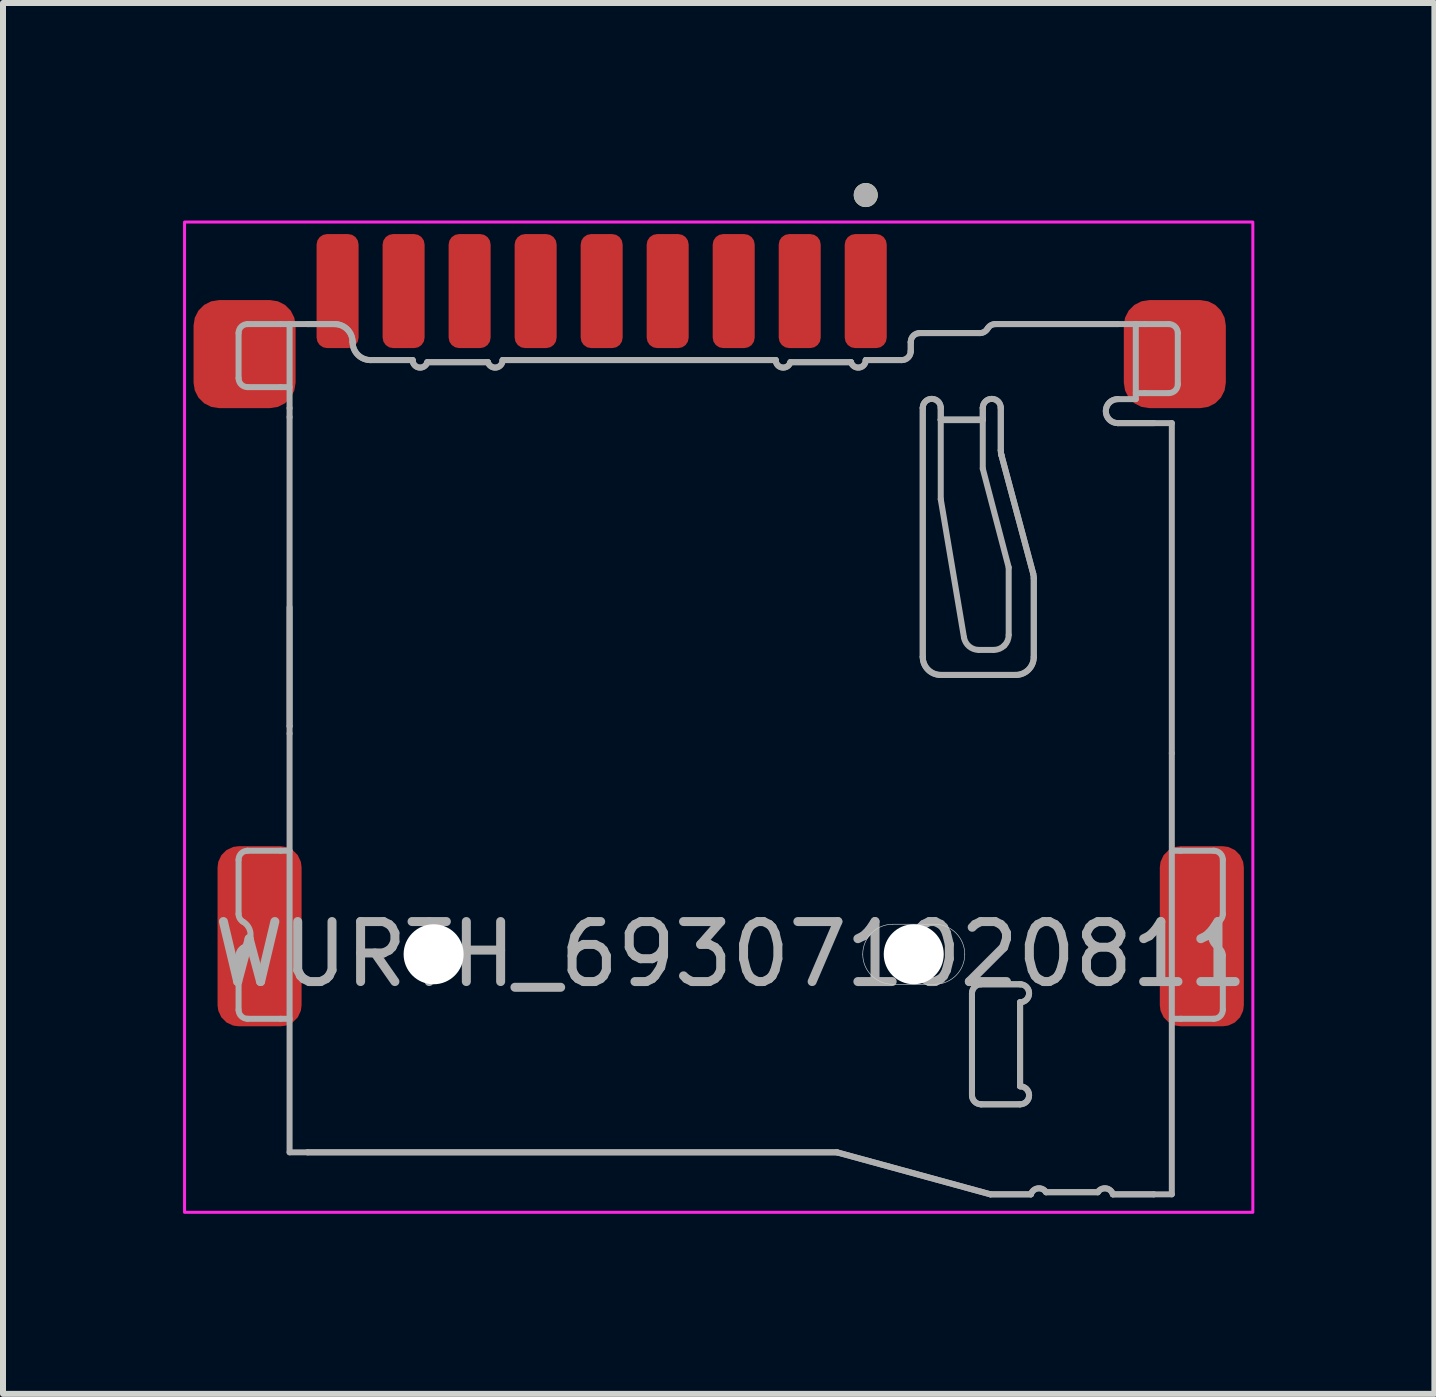
<source format=kicad_pcb>
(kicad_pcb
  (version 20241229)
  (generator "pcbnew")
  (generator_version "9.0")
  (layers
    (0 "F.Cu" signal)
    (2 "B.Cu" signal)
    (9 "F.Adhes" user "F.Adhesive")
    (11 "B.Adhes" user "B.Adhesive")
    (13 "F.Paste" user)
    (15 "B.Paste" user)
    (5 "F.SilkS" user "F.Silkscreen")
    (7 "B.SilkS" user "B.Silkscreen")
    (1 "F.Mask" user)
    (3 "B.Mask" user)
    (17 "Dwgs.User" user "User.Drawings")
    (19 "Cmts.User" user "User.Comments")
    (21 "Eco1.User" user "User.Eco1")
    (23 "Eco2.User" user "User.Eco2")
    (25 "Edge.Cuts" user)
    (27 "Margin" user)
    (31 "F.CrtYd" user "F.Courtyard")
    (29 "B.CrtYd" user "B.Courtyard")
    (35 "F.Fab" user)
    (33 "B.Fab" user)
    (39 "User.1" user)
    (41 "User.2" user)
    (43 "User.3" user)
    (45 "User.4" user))
  (footprint "WURTH_693071020811"
    (layer "F.Cu")
    (at 9.125 12.85)
    (property "Reference" "WURTH_693071020811" (at 0 0 0) (layer "F.Fab") (effects (font (size 1 1) (thickness 0.15))))
    (attr smd)
    (fp_circle (center 2.25 -12.65) (end 2.35 -12.65) (stroke (width 0.2) (type solid)) (fill no) (layer "F.SilkS"))
    (fp_line (start 2.7 -0.5) (end 3.4 -0.5) (stroke (width 0.01) (type solid)) (layer "Edge.Cuts"))
    (fp_line (start 3.4 0.5) (end 2.7 0.5) (stroke (width 0.01) (type solid)) (layer "Edge.Cuts"))
    (fp_arc (start 2.2 0) (mid 2.346447 -0.353553) (end 2.7 -0.5) (stroke (width 0.01) (type solid)) (layer "Edge.Cuts"))
    (fp_arc (start 2.7 0.5) (mid 2.346447 0.353553) (end 2.2 0) (stroke (width 0.01) (type solid)) (layer "Edge.Cuts"))
    (fp_arc (start 3.4 -0.5) (mid 3.753553 -0.353553) (end 3.9 0) (stroke (width 0.01) (type solid)) (layer "Edge.Cuts"))
    (fp_arc (start 3.9 0) (mid 3.753553 0.353553) (end 3.4 0.5) (stroke (width 0.01) (type solid)) (layer "Edge.Cuts"))
    (fp_rect (start -9.1 -12.2) (end 8.7 4.3) (stroke (width 0.05) (type default)) (fill no) (layer "F.CrtYd"))
    (fp_line (start -8.2 -9.6) (end -8.2 -10.35) (stroke (width 0.1) (type solid)) (layer "F.Fab"))
    (fp_line (start -8.2 -0.671) (end -8.2 -1.575) (stroke (width 0.1) (type solid)) (layer "F.Fab"))
    (fp_line (start -8.2 0.925) (end -8.2 0.021) (stroke (width 0.1) (type solid)) (layer "F.Fab"))
    (fp_line (start -8.05 -10.5) (end -7.5 -10.5) (stroke (width 0.1) (type solid)) (layer "F.Fab"))
    (fp_line (start -8.05 -1.725) (end -7.5 -1.725) (stroke (width 0.1) (type solid)) (layer "F.Fab"))
    (fp_line (start -7.5 -9.45) (end -8.05 -9.45) (stroke (width 0.1) (type solid)) (layer "F.Fab"))
    (fp_line (start -7.5 -9.45) (end -7.35 -9.45) (stroke (width 0.1) (type solid)) (layer "F.Fab"))
    (fp_line (start -7.5 1.075) (end -8.05 1.075) (stroke (width 0.1) (type solid)) (layer "F.Fab"))
    (fp_line (start -7.5 1.075) (end -7.35 1.075) (stroke (width 0.1) (type solid)) (layer "F.Fab"))
    (fp_line (start -7.35 -10.5) (end -7.5 -10.5) (stroke (width 0.1) (type solid)) (layer "F.Fab"))
    (fp_line (start -7.35 -10.5) (end -7.35 -9.1) (stroke (width 0.1) (type solid)) (layer "F.Fab"))
    (fp_line (start -7.35 -9.1) (end -7.35 -8.95) (stroke (width 0.1) (type solid)) (layer "F.Fab"))
    (fp_line (start -7.35 -8.95) (end -7.35 -3.8) (stroke (width 0.1) (type solid)) (layer "F.Fab"))
    (fp_line (start -7.35 -5.782) (end -7.35 -3.8) (stroke (width 0.1) (type solid)) (layer "F.Fab"))
    (fp_line (start -7.35 -3.8) (end -7.35 -3.678) (stroke (width 0.1) (type solid)) (layer "F.Fab"))
    (fp_line (start -7.35 -3.678) (end -7.35 3.3) (stroke (width 0.1) (type solid)) (layer "F.Fab"))
    (fp_line (start -7.35 -1.725) (end -7.5 -1.725) (stroke (width 0.1) (type solid)) (layer "F.Fab"))
    (fp_line (start -7.35 3.3) (end -7.05 3.3) (stroke (width 0.1) (type solid)) (layer "F.Fab"))
    (fp_line (start -7.05 -10.5) (end -7.35 -10.5) (stroke (width 0.1) (type solid)) (layer "F.Fab"))
    (fp_line (start -7.05 3.3) (end 1.77 3.3) (stroke (width 0.1) (type solid)) (layer "F.Fab"))
    (fp_line (start -7.05 3.3) (end 1.77 3.3) (stroke (width 0.1) (type solid)) (layer "F.Fab"))
    (fp_line (start -6.6 -10.5) (end -7.05 -10.5) (stroke (width 0.1) (type solid)) (layer "F.Fab"))
    (fp_line (start -6.6 -10.5) (end -7.05 -10.5) (stroke (width 0.1) (type solid)) (layer "F.Fab"))
    (fp_line (start -5.3 -9.9) (end -6 -9.9) (stroke (width 0.1) (type solid)) (layer "F.Fab"))
    (fp_line (start -5.3 -9.9) (end -6 -9.9) (stroke (width 0.1) (type solid)) (layer "F.Fab"))
    (fp_line (start -4.045 -9.865) (end -5.055 -9.865) (stroke (width 0.1) (type solid)) (layer "F.Fab"))
    (fp_line (start -4.045 -9.865) (end -5.055 -9.865) (stroke (width 0.1) (type solid)) (layer "F.Fab"))
    (fp_line (start 0.75 -9.9) (end -3.8 -9.9) (stroke (width 0.1) (type solid)) (layer "F.Fab"))
    (fp_line (start 0.75 -9.9) (end -3.8 -9.9) (stroke (width 0.1) (type solid)) (layer "F.Fab"))
    (fp_line (start 1.77 3.3) (end 4.327 4) (stroke (width 0.1) (type solid)) (layer "F.Fab"))
    (fp_line (start 1.77 3.3) (end 4.327 4) (stroke (width 0.1) (type solid)) (layer "F.Fab"))
    (fp_line (start 2.005 -9.865) (end 0.995 -9.865) (stroke (width 0.1) (type solid)) (layer "F.Fab"))
    (fp_line (start 2.005 -9.865) (end 0.995 -9.865) (stroke (width 0.1) (type solid)) (layer "F.Fab"))
    (fp_line (start 2.85 -9.9) (end 2.25 -9.9) (stroke (width 0.1) (type solid)) (layer "F.Fab"))
    (fp_line (start 2.85 -9.9) (end 2.25 -9.9) (stroke (width 0.1) (type solid)) (layer "F.Fab"))
    (fp_line (start 3 -10.2) (end 3 -10.05) (stroke (width 0.1) (type solid)) (layer "F.Fab"))
    (fp_line (start 3 -10.2) (end 3 -10.05) (stroke (width 0.1) (type solid)) (layer "F.Fab"))
    (fp_line (start 3.2 -4.954) (end 3.2 -9.104) (stroke (width 0.1) (type solid)) (layer "F.Fab"))
    (fp_line (start 3.2 -4.954) (end 3.2 -9.104) (stroke (width 0.1) (type solid)) (layer "F.Fab"))
    (fp_line (start 3.5 -9.104) (end 3.5 -8.908) (stroke (width 0.1) (type solid)) (layer "F.Fab"))
    (fp_line (start 3.5 -9.104) (end 3.5 -8.908) (stroke (width 0.1) (type solid)) (layer "F.Fab"))
    (fp_line (start 3.5 -8.908) (end 4.2 -8.908) (stroke (width 0.1) (type solid)) (layer "F.Fab"))
    (fp_line (start 3.5 -8.908) (end 4.2 -8.908) (stroke (width 0.1) (type solid)) (layer "F.Fab"))
    (fp_line (start 3.5 -8.9) (end 3.5 -7.582) (stroke (width 0.1) (type solid)) (layer "F.Fab"))
    (fp_line (start 3.5 -7.582) (end 3.887 -5.279) (stroke (width 0.1) (type solid)) (layer "F.Fab"))
    (fp_line (start 4.02 2.348) (end 4.02 0.652) (stroke (width 0.1) (type solid)) (layer "F.Fab"))
    (fp_line (start 4.02 2.348) (end 4.02 0.652) (stroke (width 0.1) (type solid)) (layer "F.Fab"))
    (fp_line (start 4.134 -5.071) (end 4.382 -5.071) (stroke (width 0.1) (type solid)) (layer "F.Fab"))
    (fp_line (start 4.15 -10.35) (end 3.15 -10.35) (stroke (width 0.1) (type solid)) (layer "F.Fab"))
    (fp_line (start 4.15 -10.35) (end 3.15 -10.35) (stroke (width 0.1) (type solid)) (layer "F.Fab"))
    (fp_line (start 4.172 0.5) (end 4.822 0.5) (stroke (width 0.1) (type solid)) (layer "F.Fab"))
    (fp_line (start 4.172 0.5) (end 4.822 0.5) (stroke (width 0.1) (type solid)) (layer "F.Fab"))
    (fp_line (start 4.2 -8.908) (end 4.2 -9.104) (stroke (width 0.1) (type solid)) (layer "F.Fab"))
    (fp_line (start 4.2 -8.908) (end 4.2 -9.104) (stroke (width 0.1) (type solid)) (layer "F.Fab"))
    (fp_line (start 4.2 -8.9) (end 3.5 -8.9) (stroke (width 0.1) (type solid)) (layer "F.Fab"))
    (fp_line (start 4.2 -8.092) (end 4.2 -8.9) (stroke (width 0.1) (type solid)) (layer "F.Fab"))
    (fp_line (start 4.327 4) (end 5.002 4) (stroke (width 0.1) (type solid)) (layer "F.Fab"))
    (fp_line (start 4.327 4) (end 5.002 4) (stroke (width 0.1) (type solid)) (layer "F.Fab"))
    (fp_line (start 4.5 -9.104) (end 4.5 -8.397) (stroke (width 0.1) (type solid)) (layer "F.Fab"))
    (fp_line (start 4.5 -9.104) (end 4.5 -8.397) (stroke (width 0.1) (type solid)) (layer "F.Fab"))
    (fp_line (start 4.51 -8.319) (end 5.04 -6.343) (stroke (width 0.1) (type solid)) (layer "F.Fab"))
    (fp_line (start 4.51 -8.319) (end 5.04 -6.343) (stroke (width 0.1) (type solid)) (layer "F.Fab"))
    (fp_line (start 4.632 -6.445) (end 4.2 -8.092) (stroke (width 0.1) (type solid)) (layer "F.Fab"))
    (fp_line (start 4.632 -5.321) (end 4.632 -6.445) (stroke (width 0.1) (type solid)) (layer "F.Fab"))
    (fp_line (start 4.75 -4.654) (end 3.5 -4.654) (stroke (width 0.1) (type solid)) (layer "F.Fab"))
    (fp_line (start 4.75 -4.654) (end 3.5 -4.654) (stroke (width 0.1) (type solid)) (layer "F.Fab"))
    (fp_line (start 4.822 0.8) (end 4.822 2.2) (stroke (width 0.1) (type solid)) (layer "F.Fab"))
    (fp_line (start 4.822 0.8) (end 4.822 2.2) (stroke (width 0.1) (type solid)) (layer "F.Fab"))
    (fp_line (start 4.822 2.5) (end 4.172 2.5) (stroke (width 0.1) (type solid)) (layer "F.Fab"))
    (fp_line (start 4.822 2.5) (end 4.172 2.5) (stroke (width 0.1) (type solid)) (layer "F.Fab"))
    (fp_line (start 5.05 -6.264) (end 5.05 -4.954) (stroke (width 0.1) (type solid)) (layer "F.Fab"))
    (fp_line (start 5.05 -6.264) (end 5.05 -4.954) (stroke (width 0.1) (type solid)) (layer "F.Fab"))
    (fp_line (start 5.255 3.965) (end 6.116 3.965) (stroke (width 0.1) (type solid)) (layer "F.Fab"))
    (fp_line (start 5.255 3.965) (end 6.116 3.965) (stroke (width 0.1) (type solid)) (layer "F.Fab"))
    (fp_line (start 6.368 4) (end 7.05 4) (stroke (width 0.1) (type solid)) (layer "F.Fab"))
    (fp_line (start 6.368 4) (end 7.05 4) (stroke (width 0.1) (type solid)) (layer "F.Fab"))
    (fp_line (start 6.45 -10.5) (end 4.41 -10.5) (stroke (width 0.1) (type solid)) (layer "F.Fab"))
    (fp_line (start 6.45 -10.5) (end 4.41 -10.5) (stroke (width 0.1) (type solid)) (layer "F.Fab"))
    (fp_line (start 6.45 -9.25) (end 6.75 -9.25) (stroke (width 0.1) (type solid)) (layer "F.Fab"))
    (fp_line (start 6.75 -10.5) (end 6.45 -10.5) (stroke (width 0.1) (type solid)) (layer "F.Fab"))
    (fp_line (start 6.75 -10.5) (end 6.75 -9.25) (stroke (width 0.1) (type solid)) (layer "F.Fab"))
    (fp_line (start 6.75 -9.35) (end 6.9 -9.35) (stroke (width 0.1) (type solid)) (layer "F.Fab"))
    (fp_line (start 6.9 -10.5) (end 6.75 -10.5) (stroke (width 0.1) (type solid)) (layer "F.Fab"))
    (fp_line (start 6.9 -10.5) (end 7.3 -10.5) (stroke (width 0.1) (type solid)) (layer "F.Fab"))
    (fp_line (start 7.05 -8.85) (end 6.45 -8.85) (stroke (width 0.1) (type solid)) (layer "F.Fab"))
    (fp_line (start 7.05 -8.85) (end 6.45 -8.85) (stroke (width 0.1) (type solid)) (layer "F.Fab"))
    (fp_line (start 7.05 4) (end 7.35 4) (stroke (width 0.1) (type solid)) (layer "F.Fab"))
    (fp_line (start 7.3 -9.35) (end 6.9 -9.35) (stroke (width 0.1) (type solid)) (layer "F.Fab"))
    (fp_line (start 7.35 -8.85) (end 7.05 -8.85) (stroke (width 0.1) (type solid)) (layer "F.Fab"))
    (fp_line (start 7.35 -8.85) (end 7.35 -3.35) (stroke (width 0.1) (type solid)) (layer "F.Fab"))
    (fp_line (start 7.35 -3.35) (end 7.35 4) (stroke (width 0.1) (type solid)) (layer "F.Fab"))
    (fp_line (start 7.35 1.075) (end 7.5 1.075) (stroke (width 0.1) (type solid)) (layer "F.Fab"))
    (fp_line (start 7.45 -10.35) (end 7.45 -9.5) (stroke (width 0.1) (type solid)) (layer "F.Fab"))
    (fp_line (start 7.5 -1.725) (end 7.35 -1.725) (stroke (width 0.1) (type solid)) (layer "F.Fab"))
    (fp_line (start 7.5 -1.725) (end 8.05 -1.725) (stroke (width 0.1) (type solid)) (layer "F.Fab"))
    (fp_line (start 8.05 1.075) (end 7.5 1.075) (stroke (width 0.1) (type solid)) (layer "F.Fab"))
    (fp_line (start 8.2 -1.575) (end 8.2 -0.671) (stroke (width 0.1) (type solid)) (layer "F.Fab"))
    (fp_line (start 8.2 0.021) (end 8.2 0.925) (stroke (width 0.1) (type solid)) (layer "F.Fab"))
    (fp_arc (start -8.2 -10.35) (mid -8.156066 -10.456066) (end -8.05 -10.5) (stroke (width 0.1) (type solid)) (layer "F.Fab"))
    (fp_arc (start -8.2 -1.575) (mid -8.156066 -1.681066) (end -8.05 -1.725) (stroke (width 0.1) (type solid)) (layer "F.Fab"))
    (fp_arc (start -8.2 0.0215) (mid -8.179895 -0.053551) (end -8.124964 -0.1085) (stroke (width 0.1) (type solid)) (layer "F.Fab"))
    (fp_arc (start -8.124964 -0.5415) (mid -8.179895 -0.596449) (end -8.2 -0.6715) (stroke (width 0.1) (type solid)) (layer "F.Fab"))
    (fp_arc (start -8.124964 -0.5415) (mid -8 -0.325) (end -8.124964 -0.1085) (stroke (width 0.1) (type solid)) (layer "F.Fab"))
    (fp_arc (start -8.05 -9.45) (mid -8.156066 -9.493934) (end -8.2 -9.6) (stroke (width 0.1) (type solid)) (layer "F.Fab"))
    (fp_arc (start -8.05 1.075) (mid -8.156066 1.031066) (end -8.2 0.925) (stroke (width 0.1) (type solid)) (layer "F.Fab"))
    (fp_arc (start -6.6 -10.5) (mid -6.387868 -10.412132) (end -6.3 -10.2) (stroke (width 0.1) (type solid)) (layer "F.Fab"))
    (fp_arc (start -6.6 -10.5) (mid -6.387868 -10.412132) (end -6.3 -10.2) (stroke (width 0.1) (type solid)) (layer "F.Fab"))
    (fp_arc (start -6 -9.9) (mid -6.212132 -9.987868) (end -6.3 -10.2) (stroke (width 0.1) (type solid)) (layer "F.Fab"))
    (fp_arc (start -6 -9.9) (mid -6.212132 -9.987868) (end -6.3 -10.2) (stroke (width 0.1) (type solid)) (layer "F.Fab"))
    (fp_arc (start -5.055 -9.865) (mid -5.192678 -9.776256) (end -5.3 -9.9) (stroke (width 0.1) (type solid)) (layer "F.Fab"))
    (fp_arc (start -5.055 -9.865) (mid -5.192678 -9.776256) (end -5.3 -9.9) (stroke (width 0.1) (type solid)) (layer "F.Fab"))
    (fp_arc (start -3.8 -9.9) (mid -3.907322 -9.776256) (end -4.045 -9.865) (stroke (width 0.1) (type solid)) (layer "F.Fab"))
    (fp_arc (start -3.8 -9.9) (mid -3.907322 -9.776256) (end -4.045 -9.865) (stroke (width 0.1) (type solid)) (layer "F.Fab"))
    (fp_arc (start 0.995 -9.865) (mid 0.857322 -9.776256) (end 0.75 -9.9) (stroke (width 0.1) (type solid)) (layer "F.Fab"))
    (fp_arc (start 0.995 -9.865) (mid 0.857322 -9.776256) (end 0.75 -9.9) (stroke (width 0.1) (type solid)) (layer "F.Fab"))
    (fp_arc (start 2.25 -9.9) (mid 2.142678 -9.776256) (end 2.005 -9.865) (stroke (width 0.1) (type solid)) (layer "F.Fab"))
    (fp_arc (start 2.25 -9.9) (mid 2.142678 -9.776256) (end 2.005 -9.865) (stroke (width 0.1) (type solid)) (layer "F.Fab"))
    (fp_arc (start 3 -10.2) (mid 3.043934 -10.306066) (end 3.15 -10.35) (stroke (width 0.1) (type solid)) (layer "F.Fab"))
    (fp_arc (start 3 -10.2) (mid 3.043934 -10.306066) (end 3.15 -10.35) (stroke (width 0.1) (type solid)) (layer "F.Fab"))
    (fp_arc (start 3 -10.05) (mid 2.956066 -9.943934) (end 2.85 -9.9) (stroke (width 0.1) (type solid)) (layer "F.Fab"))
    (fp_arc (start 3 -10.05) (mid 2.956066 -9.943934) (end 2.85 -9.9) (stroke (width 0.1) (type solid)) (layer "F.Fab"))
    (fp_arc (start 3.2 -9.104) (mid 3.35 -9.254) (end 3.5 -9.104) (stroke (width 0.1) (type solid)) (layer "F.Fab"))
    (fp_arc (start 3.2 -9.104) (mid 3.35 -9.254) (end 3.5 -9.104) (stroke (width 0.1) (type solid)) (layer "F.Fab"))
    (fp_arc (start 3.5 -4.654) (mid 3.287868 -4.741868) (end 3.2 -4.954) (stroke (width 0.1) (type solid)) (layer "F.Fab"))
    (fp_arc (start 3.5 -4.654) (mid 3.287868 -4.741868) (end 3.2 -4.954) (stroke (width 0.1) (type solid)) (layer "F.Fab"))
    (fp_arc (start 4.02 0.652) (mid 4.06452 0.54452) (end 4.172 0.5) (stroke (width 0.1) (type solid)) (layer "F.Fab"))
    (fp_arc (start 4.02 0.652) (mid 4.06452 0.54452) (end 4.172 0.5) (stroke (width 0.1) (type solid)) (layer "F.Fab"))
    (fp_arc (start 4.172 2.5) (mid 4.06452 2.45548) (end 4.02 2.348) (stroke (width 0.1) (type solid)) (layer "F.Fab"))
    (fp_arc (start 4.172 2.5) (mid 4.06452 2.45548) (end 4.02 2.348) (stroke (width 0.1) (type solid)) (layer "F.Fab"))
    (fp_arc (start 4.2 -9.104) (mid 4.35 -9.254) (end 4.5 -9.104) (stroke (width 0.1) (type solid)) (layer "F.Fab"))
    (fp_arc (start 4.2 -9.104) (mid 4.35 -9.254) (end 4.5 -9.104) (stroke (width 0.1) (type solid)) (layer "F.Fab"))
    (fp_arc (start 4.28 -10.425) (mid 4.225037 -10.370106) (end 4.15 -10.35) (stroke (width 0.1) (type solid)) (layer "F.Fab"))
    (fp_arc (start 4.28 -10.425) (mid 4.225037 -10.370106) (end 4.15 -10.35) (stroke (width 0.1) (type solid)) (layer "F.Fab"))
    (fp_arc (start 4.28 -10.425) (mid 4.334963 -10.479894) (end 4.41 -10.5) (stroke (width 0.1) (type solid)) (layer "F.Fab"))
    (fp_arc (start 4.28 -10.425) (mid 4.334963 -10.479894) (end 4.41 -10.5) (stroke (width 0.1) (type solid)) (layer "F.Fab"))
    (fp_arc (start 4.510332 -8.3185) (mid 4.502595 -8.357412) (end 4.5 -8.397) (stroke (width 0.1) (type solid)) (layer "F.Fab"))
    (fp_arc (start 4.510332 -8.3185) (mid 4.502595 -8.357412) (end 4.5 -8.397) (stroke (width 0.1) (type solid)) (layer "F.Fab"))
    (fp_arc (start 4.822 0.5) (mid 4.972 0.65) (end 4.822 0.8) (stroke (width 0.1) (type solid)) (layer "F.Fab"))
    (fp_arc (start 4.822 0.5) (mid 4.972 0.65) (end 4.822 0.8) (stroke (width 0.1) (type solid)) (layer "F.Fab"))
    (fp_arc (start 4.822 2.2) (mid 4.972 2.35) (end 4.822 2.5) (stroke (width 0.1) (type solid)) (layer "F.Fab"))
    (fp_arc (start 4.822 2.2) (mid 4.972 2.35) (end 4.822 2.5) (stroke (width 0.1) (type solid)) (layer "F.Fab"))
    (fp_arc (start 5.002328 4) (mid 5.117265 3.90132) (end 5.254708 3.965) (stroke (width 0.1) (type solid)) (layer "F.Fab"))
    (fp_arc (start 5.002328 4) (mid 5.117265 3.90132) (end 5.254708 3.965) (stroke (width 0.1) (type solid)) (layer "F.Fab"))
    (fp_arc (start 5.039668 -6.3425) (mid 5.047405 -6.303588) (end 5.05 -6.264) (stroke (width 0.1) (type solid)) (layer "F.Fab"))
    (fp_arc (start 5.039668 -6.3425) (mid 5.047405 -6.303588) (end 5.05 -6.264) (stroke (width 0.1) (type solid)) (layer "F.Fab"))
    (fp_arc (start 5.05 -4.954) (mid 4.962132 -4.741868) (end 4.75 -4.654) (stroke (width 0.1) (type solid)) (layer "F.Fab"))
    (fp_arc (start 5.05 -4.954) (mid 4.962132 -4.741868) (end 4.75 -4.654) (stroke (width 0.1) (type solid)) (layer "F.Fab"))
    (fp_arc (start 6.115948 3.965) (mid 6.253421 3.901295) (end 6.368328 4.000001) (stroke (width 0.1) (type solid)) (layer "F.Fab"))
    (fp_arc (start 6.115948 3.965) (mid 6.253421 3.901295) (end 6.368328 4.000001) (stroke (width 0.1) (type solid)) (layer "F.Fab"))
    (fp_arc (start 6.45 -8.85) (mid 6.25 -9.05) (end 6.45 -9.25) (stroke (width 0.1) (type solid)) (layer "F.Fab"))
    (fp_arc (start 6.45 -8.85) (mid 6.25 -9.05) (end 6.45 -9.25) (stroke (width 0.1) (type solid)) (layer "F.Fab"))
    (fp_arc (start 7.3 -10.5) (mid 7.406066 -10.456066) (end 7.45 -10.35) (stroke (width 0.1) (type solid)) (layer "F.Fab"))
    (fp_arc (start 7.45 -9.5) (mid 7.406066 -9.393934) (end 7.3 -9.35) (stroke (width 0.1) (type solid)) (layer "F.Fab"))
    (fp_arc (start 8.05 -1.725) (mid 8.156066 -1.681066) (end 8.2 -1.575) (stroke (width 0.1) (type solid)) (layer "F.Fab"))
    (fp_arc (start 8.124964 -0.1085) (mid 7.999987 -0.325) (end 8.124964 -0.5415) (stroke (width 0.1) (type solid)) (layer "F.Fab"))
    (fp_arc (start 8.124964 -0.1085) (mid 8.179905 -0.053554) (end 8.2 0.0215) (stroke (width 0.1) (type solid)) (layer "F.Fab"))
    (fp_arc (start 8.2 -0.6715) (mid 8.179892 -0.596453) (end 8.124964 -0.5415) (stroke (width 0.1) (type solid)) (layer "F.Fab"))
    (fp_arc (start 8.2 0.925) (mid 8.156066 1.031066) (end 8.05 1.075) (stroke (width 0.1) (type solid)) (layer "F.Fab"))
    (fp_circle (center 2.25 -12.65) (end 2.35 -12.65) (stroke (width 0.2) (type solid)) (fill no) (layer "F.Fab"))
    (fp_curve (pts (xy 3.887 -5.279) (xy 3.908 -5.159) (xy 4.012 -5.071) (xy 4.134 -5.071)) (stroke (width 0.1) (type solid)) (layer "F.Fab"))
    (fp_curve (pts (xy 4.382 -5.071) (xy 4.448 -5.071) (xy 4.512 -5.097) (xy 4.559 -5.144)) (stroke (width 0.1) (type solid)) (layer "F.Fab"))
    (fp_curve (pts (xy 4.559 -5.144) (xy 4.606 -5.191) (xy 4.632 -5.254) (xy 4.632 -5.321)) (stroke (width 0.1) (type solid)) (layer "F.Fab"))
    (pad "" np_thru_hole circle (at -4.95 0) (size 1 1) (drill 1) (layers "*.Cu" "*.Mask"))
    (pad "" np_thru_hole circle (at 3.05 0) (size 1 1) (drill 1) (layers "*.Cu" "*.Mask"))
    (pad "1" smd roundrect (at 2.25 -11.05) (size 0.7 1.9) (layers "F.Cu" "F.Mask" "F.Paste") (roundrect_rratio 0.25))
    (pad "2" smd roundrect (at 1.15 -11.05) (size 0.7 1.9) (layers "F.Cu" "F.Mask" "F.Paste") (roundrect_rratio 0.25))
    (pad "3" smd roundrect (at 0.05 -11.05) (size 0.7 1.9) (layers "F.Cu" "F.Mask" "F.Paste") (roundrect_rratio 0.25))
    (pad "4" smd roundrect (at -1.05 -11.05) (size 0.7 1.9) (layers "F.Cu" "F.Mask" "F.Paste") (roundrect_rratio 0.25))
    (pad "5" smd roundrect (at -2.15 -11.05) (size 0.7 1.9) (layers "F.Cu" "F.Mask" "F.Paste") (roundrect_rratio 0.25))
    (pad "6" smd roundrect (at -3.25 -11.05) (size 0.7 1.9) (layers "F.Cu" "F.Mask" "F.Paste") (roundrect_rratio 0.25))
    (pad "7" smd roundrect (at -4.35 -11.05) (size 0.7 1.9) (layers "F.Cu" "F.Mask" "F.Paste") (roundrect_rratio 0.25))
    (pad "8" smd roundrect (at -5.45 -11.05) (size 0.7 1.9) (layers "F.Cu" "F.Mask" "F.Paste") (roundrect_rratio 0.25))
    (pad "9" smd roundrect (at -6.55 -11.05) (size 0.7 1.9) (layers "F.Cu" "F.Mask" "F.Paste") (roundrect_rratio 0.25))
    (pad "10" smd roundrect (at -8.1 -10) (size 1.7 1.8) (layers "F.Cu" "F.Mask" "F.Paste") (roundrect_rratio 0.25))
    (pad "11" smd roundrect (at 7.4 -10) (size 1.7 1.8) (layers "F.Cu" "F.Mask" "F.Paste") (roundrect_rratio 0.25))
    (pad "12" smd roundrect (at -7.85 -0.3) (size 1.4 3) (layers "F.Cu" "F.Mask" "F.Paste") (roundrect_rratio 0.25))
    (pad "13" smd roundrect (at 7.85 -0.3) (size 1.4 3) (layers "F.Cu" "F.Mask" "F.Paste") (roundrect_rratio 0.25)))
  (gr_rect
    (start -3 -3)
    (end 20.85 20.175)
    (stroke (width 0.1) (type default))
    (fill no)
    (layer "Edge.Cuts")))
</source>
